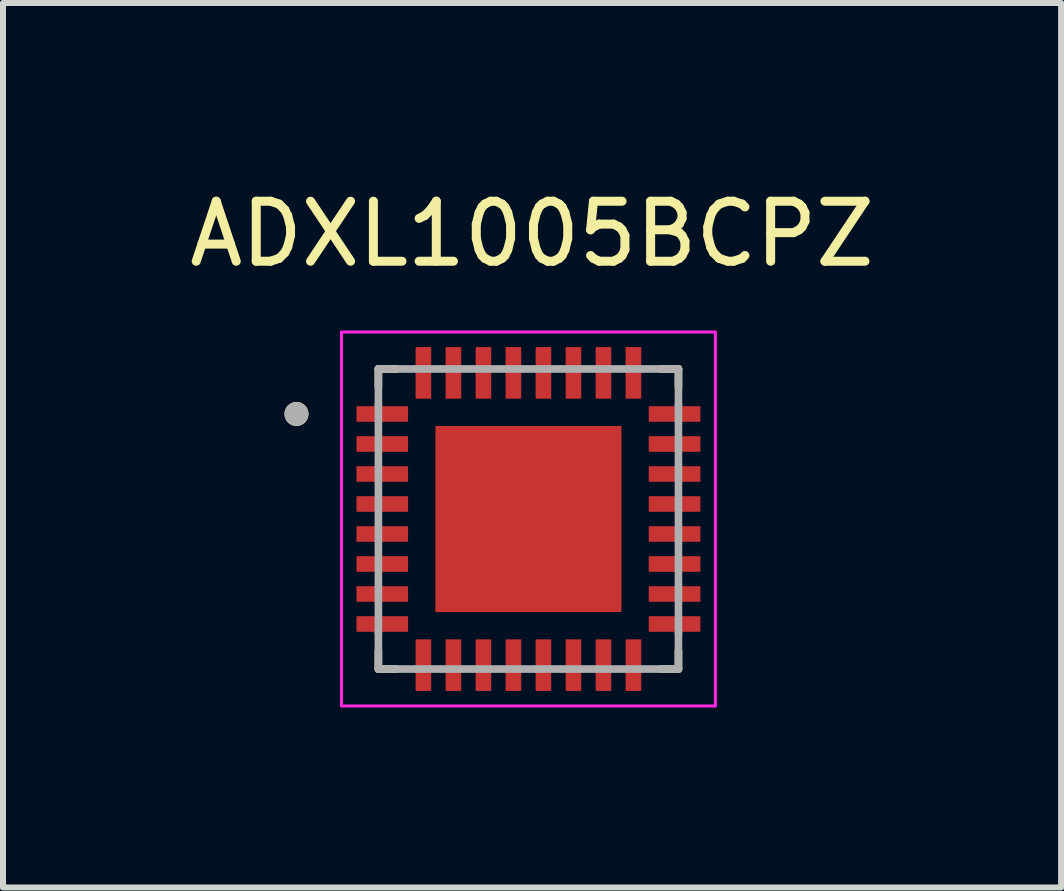
<source format=kicad_pcb>
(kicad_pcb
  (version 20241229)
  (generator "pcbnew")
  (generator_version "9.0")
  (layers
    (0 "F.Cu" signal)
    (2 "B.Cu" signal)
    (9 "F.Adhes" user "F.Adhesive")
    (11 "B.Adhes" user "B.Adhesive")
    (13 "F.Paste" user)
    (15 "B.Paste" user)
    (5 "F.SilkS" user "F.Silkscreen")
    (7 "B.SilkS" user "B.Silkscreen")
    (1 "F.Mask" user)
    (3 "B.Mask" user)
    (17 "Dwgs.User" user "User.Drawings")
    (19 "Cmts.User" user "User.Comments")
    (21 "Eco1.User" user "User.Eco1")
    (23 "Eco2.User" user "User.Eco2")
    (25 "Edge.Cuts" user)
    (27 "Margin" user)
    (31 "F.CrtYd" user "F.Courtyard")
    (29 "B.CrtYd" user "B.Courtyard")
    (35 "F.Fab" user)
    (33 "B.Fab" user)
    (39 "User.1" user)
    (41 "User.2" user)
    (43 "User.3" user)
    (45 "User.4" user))
  (footprint "ADXL1005BCPZ"
    (layer "F.Cu")
    (at 5.755 5.598)
    (property "Reference" "ADXL1005BCPZ" (at 0.06 -4.75 0) (layer "F.SilkS") (effects (font (size 1 1) (thickness 0.15))))
    (attr smd)
    (fp_line (start -2.5 -2.5) (end -2.2 -2.5) (stroke (width 0.127) (type solid)) (layer "F.SilkS"))
    (fp_line (start -2.5 -2.2) (end -2.5 -2.5) (stroke (width 0.127) (type solid)) (layer "F.SilkS"))
    (fp_line (start -2.5 2.5) (end -2.5 2.2) (stroke (width 0.127) (type solid)) (layer "F.SilkS"))
    (fp_line (start -2.2 2.5) (end -2.5 2.5) (stroke (width 0.127) (type solid)) (layer "F.SilkS"))
    (fp_line (start 2.2 -2.5) (end 2.5 -2.5) (stroke (width 0.127) (type solid)) (layer "F.SilkS"))
    (fp_line (start 2.5 -2.5) (end 2.5 -2.2) (stroke (width 0.127) (type solid)) (layer "F.SilkS"))
    (fp_line (start 2.5 2.5) (end 2.2 2.5) (stroke (width 0.127) (type solid)) (layer "F.SilkS"))
    (fp_line (start 2.5 2.5) (end 2.5 2.2) (stroke (width 0.127) (type solid)) (layer "F.SilkS"))
    (fp_circle (center -3.865 -1.75) (end -3.765 -1.75) (stroke (width 0.2) (type solid)) (fill no) (layer "F.SilkS"))
    (fp_poly (pts (xy -0.98 -0.98) (xy 0.98 -0.98) (xy 0.98 0.98) (xy -0.98 0.98)) (stroke (width 0.01) (type solid)) (fill yes) (layer "F.Paste"))
    (fp_line (start -3.115 -3.115) (end -3.115 3.115) (stroke (width 0.05) (type solid)) (layer "F.CrtYd"))
    (fp_line (start -3.115 3.115) (end 3.115 3.115) (stroke (width 0.05) (type solid)) (layer "F.CrtYd"))
    (fp_line (start 3.115 -3.115) (end -3.115 -3.115) (stroke (width 0.05) (type solid)) (layer "F.CrtYd"))
    (fp_line (start 3.115 3.115) (end 3.115 -3.115) (stroke (width 0.05) (type solid)) (layer "F.CrtYd"))
    (fp_line (start -2.5 -2.5) (end 2.5 -2.5) (stroke (width 0.127) (type solid)) (layer "F.Fab"))
    (fp_line (start -2.5 -1.9) (end -2.5 -2.5) (stroke (width 0.127) (type solid)) (layer "F.Fab"))
    (fp_line (start -2.5 1.9) (end -2.5 -1.9) (stroke (width 0.127) (type solid)) (layer "F.Fab"))
    (fp_line (start -2.5 2.5) (end -2.5 1.9) (stroke (width 0.127) (type solid)) (layer "F.Fab"))
    (fp_line (start 2.5 -2.5) (end 2.5 -1.9) (stroke (width 0.127) (type solid)) (layer "F.Fab"))
    (fp_line (start 2.5 -1.9) (end 2.5 1.9) (stroke (width 0.127) (type solid)) (layer "F.Fab"))
    (fp_line (start 2.5 1.9) (end 2.5 2.5) (stroke (width 0.127) (type solid)) (layer "F.Fab"))
    (fp_line (start 2.5 2.5) (end -2.5 2.5) (stroke (width 0.127) (type solid)) (layer "F.Fab"))
    (fp_circle (center -3.865 -1.75) (end -3.765 -1.75) (stroke (width 0.2) (type solid)) (fill no) (layer "F.Fab"))
    (pad "1" smd roundrect (at -2.435 -1.75) (size 0.86 0.26) (layers "F.Cu" "F.Mask" "F.Paste") (roundrect_rratio 0.035))
    (pad "2" smd roundrect (at -2.435 -1.25) (size 0.86 0.26) (layers "F.Cu" "F.Mask" "F.Paste") (roundrect_rratio 0.035))
    (pad "3" smd roundrect (at -2.435 -0.75) (size 0.86 0.26) (layers "F.Cu" "F.Mask" "F.Paste") (roundrect_rratio 0.035))
    (pad "4" smd roundrect (at -2.435 -0.25) (size 0.86 0.26) (layers "F.Cu" "F.Mask" "F.Paste") (roundrect_rratio 0.035))
    (pad "5" smd roundrect (at -2.435 0.25) (size 0.86 0.26) (layers "F.Cu" "F.Mask" "F.Paste") (roundrect_rratio 0.035))
    (pad "6" smd roundrect (at -2.435 0.75) (size 0.86 0.26) (layers "F.Cu" "F.Mask" "F.Paste") (roundrect_rratio 0.035))
    (pad "7" smd roundrect (at -2.435 1.25) (size 0.86 0.26) (layers "F.Cu" "F.Mask" "F.Paste") (roundrect_rratio 0.035))
    (pad "8" smd roundrect (at -2.435 1.75) (size 0.86 0.26) (layers "F.Cu" "F.Mask" "F.Paste") (roundrect_rratio 0.035))
    (pad "9" smd roundrect (at -1.75 2.435) (size 0.26 0.86) (layers "F.Cu" "F.Mask" "F.Paste") (roundrect_rratio 0.035))
    (pad "10" smd roundrect (at -1.25 2.435) (size 0.26 0.86) (layers "F.Cu" "F.Mask" "F.Paste") (roundrect_rratio 0.035))
    (pad "11" smd roundrect (at -0.75 2.435) (size 0.26 0.86) (layers "F.Cu" "F.Mask" "F.Paste") (roundrect_rratio 0.035))
    (pad "12" smd roundrect (at -0.25 2.435) (size 0.26 0.86) (layers "F.Cu" "F.Mask" "F.Paste") (roundrect_rratio 0.035))
    (pad "13" smd roundrect (at 0.25 2.435) (size 0.26 0.86) (layers "F.Cu" "F.Mask" "F.Paste") (roundrect_rratio 0.035))
    (pad "14" smd roundrect (at 0.75 2.435) (size 0.26 0.86) (layers "F.Cu" "F.Mask" "F.Paste") (roundrect_rratio 0.035))
    (pad "15" smd roundrect (at 1.25 2.435) (size 0.26 0.86) (layers "F.Cu" "F.Mask" "F.Paste") (roundrect_rratio 0.035))
    (pad "16" smd roundrect (at 1.75 2.435) (size 0.26 0.86) (layers "F.Cu" "F.Mask" "F.Paste") (roundrect_rratio 0.035))
    (pad "17" smd roundrect (at 2.435 1.75) (size 0.86 0.26) (layers "F.Cu" "F.Mask" "F.Paste") (roundrect_rratio 0.035))
    (pad "18" smd roundrect (at 2.435 1.25) (size 0.86 0.26) (layers "F.Cu" "F.Mask" "F.Paste") (roundrect_rratio 0.035))
    (pad "19" smd roundrect (at 2.435 0.75) (size 0.86 0.26) (layers "F.Cu" "F.Mask" "F.Paste") (roundrect_rratio 0.035))
    (pad "20" smd roundrect (at 2.435 0.25) (size 0.86 0.26) (layers "F.Cu" "F.Mask" "F.Paste") (roundrect_rratio 0.035))
    (pad "21" smd roundrect (at 2.435 -0.25) (size 0.86 0.26) (layers "F.Cu" "F.Mask" "F.Paste") (roundrect_rratio 0.035))
    (pad "22" smd roundrect (at 2.435 -0.75) (size 0.86 0.26) (layers "F.Cu" "F.Mask" "F.Paste") (roundrect_rratio 0.035))
    (pad "23" smd roundrect (at 2.435 -1.25) (size 0.86 0.26) (layers "F.Cu" "F.Mask" "F.Paste") (roundrect_rratio 0.035))
    (pad "24" smd roundrect (at 2.435 -1.75) (size 0.86 0.26) (layers "F.Cu" "F.Mask" "F.Paste") (roundrect_rratio 0.035))
    (pad "25" smd roundrect (at 1.75 -2.435) (size 0.26 0.86) (layers "F.Cu" "F.Mask" "F.Paste") (roundrect_rratio 0.035))
    (pad "26" smd roundrect (at 1.25 -2.435) (size 0.26 0.86) (layers "F.Cu" "F.Mask" "F.Paste") (roundrect_rratio 0.035))
    (pad "27" smd roundrect (at 0.75 -2.435) (size 0.26 0.86) (layers "F.Cu" "F.Mask" "F.Paste") (roundrect_rratio 0.035))
    (pad "28" smd roundrect (at 0.25 -2.435) (size 0.26 0.86) (layers "F.Cu" "F.Mask" "F.Paste") (roundrect_rratio 0.035))
    (pad "29" smd roundrect (at -0.25 -2.435) (size 0.26 0.86) (layers "F.Cu" "F.Mask" "F.Paste") (roundrect_rratio 0.035))
    (pad "30" smd roundrect (at -0.75 -2.435) (size 0.26 0.86) (layers "F.Cu" "F.Mask" "F.Paste") (roundrect_rratio 0.035))
    (pad "31" smd roundrect (at -1.25 -2.435) (size 0.26 0.86) (layers "F.Cu" "F.Mask" "F.Paste") (roundrect_rratio 0.035))
    (pad "32" smd roundrect (at -1.75 -2.435) (size 0.26 0.86) (layers "F.Cu" "F.Mask" "F.Paste") (roundrect_rratio 0.035))
    (pad "33" smd rect (at 0 0) (size 3.1 3.1) (layers "F.Cu" "F.Mask")))
  (gr_rect
    (start -3 -3)
    (end 14.631 11.738)
    (stroke (width 0.1) (type default))
    (fill no)
    (layer "Edge.Cuts")))
</source>
